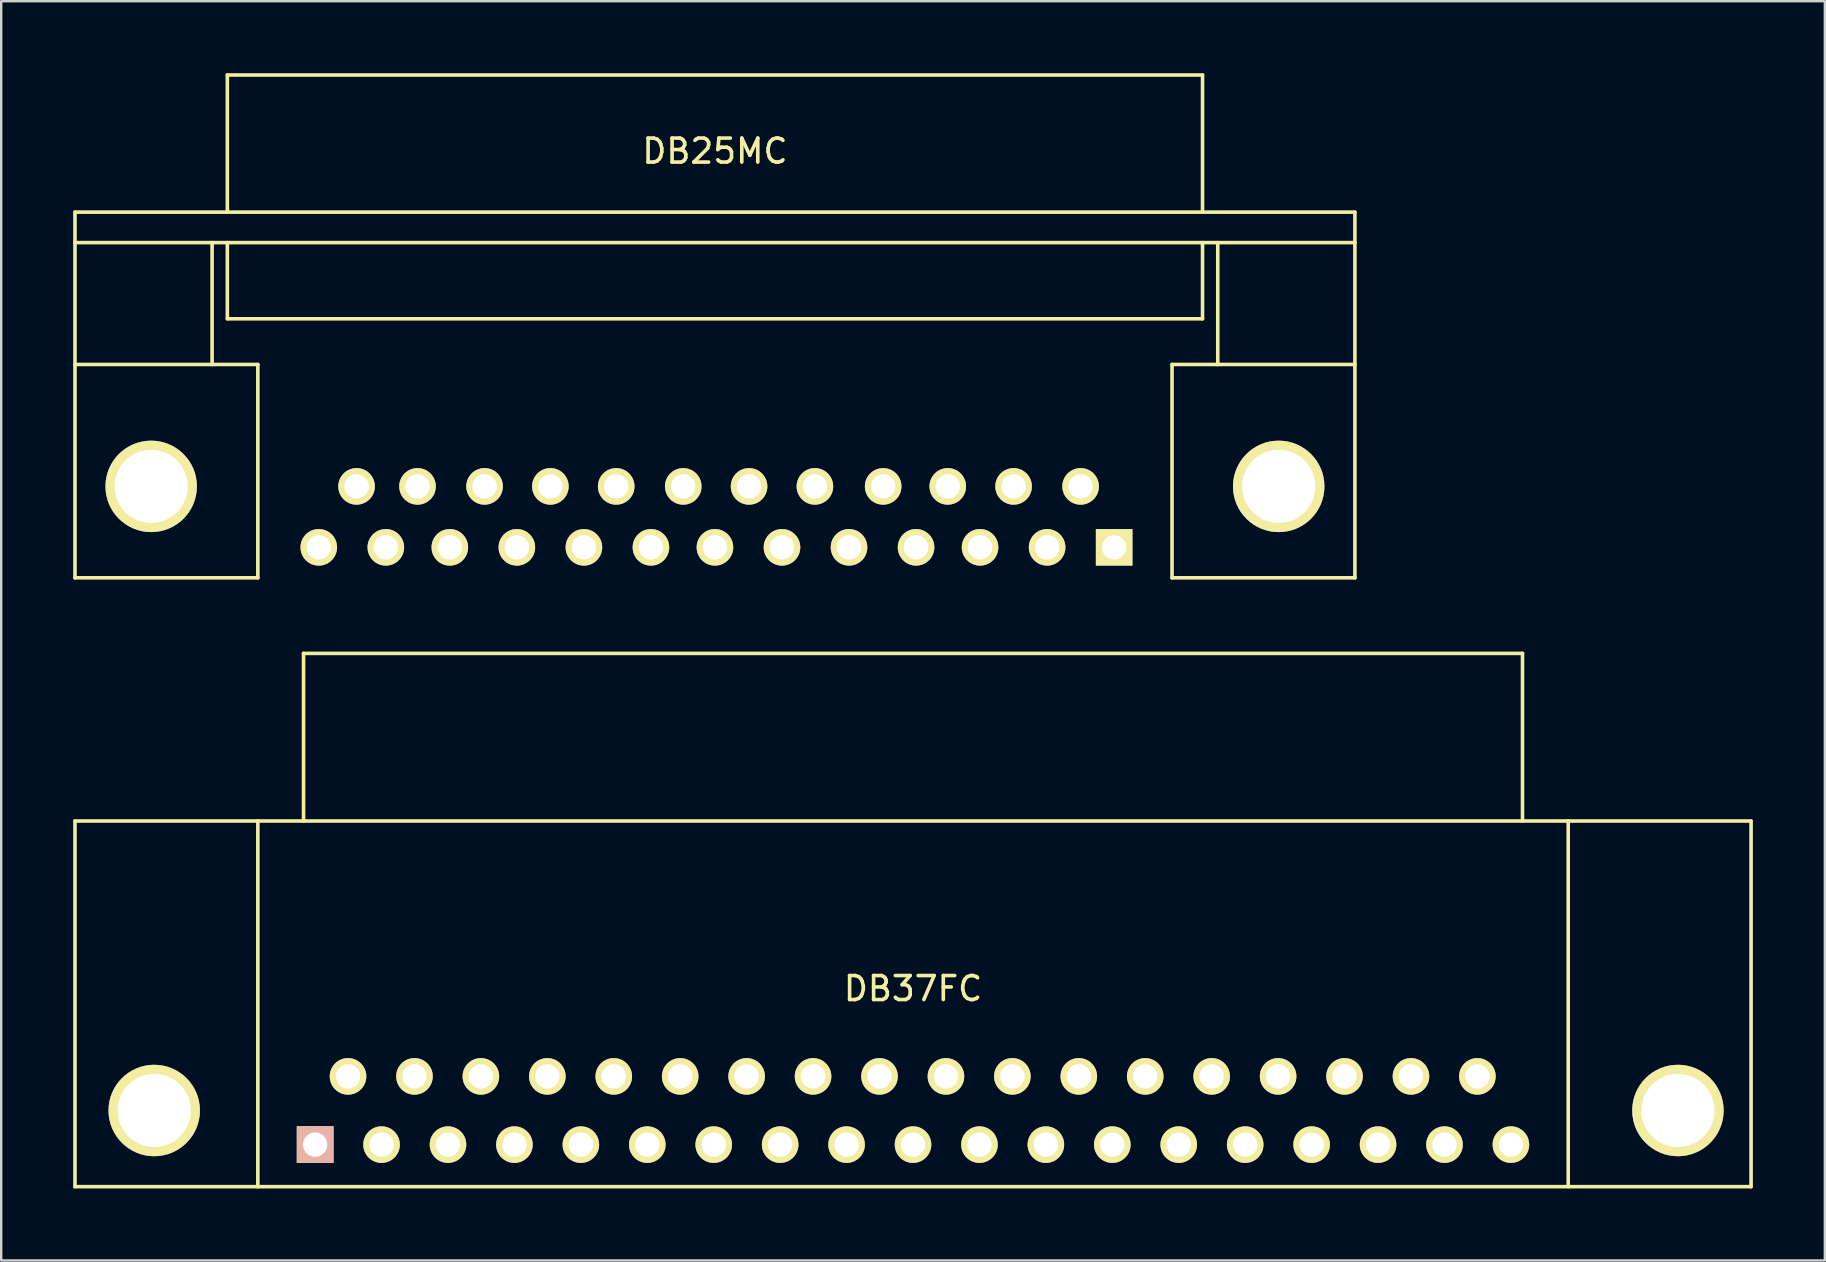
<source format=kicad_pcb>
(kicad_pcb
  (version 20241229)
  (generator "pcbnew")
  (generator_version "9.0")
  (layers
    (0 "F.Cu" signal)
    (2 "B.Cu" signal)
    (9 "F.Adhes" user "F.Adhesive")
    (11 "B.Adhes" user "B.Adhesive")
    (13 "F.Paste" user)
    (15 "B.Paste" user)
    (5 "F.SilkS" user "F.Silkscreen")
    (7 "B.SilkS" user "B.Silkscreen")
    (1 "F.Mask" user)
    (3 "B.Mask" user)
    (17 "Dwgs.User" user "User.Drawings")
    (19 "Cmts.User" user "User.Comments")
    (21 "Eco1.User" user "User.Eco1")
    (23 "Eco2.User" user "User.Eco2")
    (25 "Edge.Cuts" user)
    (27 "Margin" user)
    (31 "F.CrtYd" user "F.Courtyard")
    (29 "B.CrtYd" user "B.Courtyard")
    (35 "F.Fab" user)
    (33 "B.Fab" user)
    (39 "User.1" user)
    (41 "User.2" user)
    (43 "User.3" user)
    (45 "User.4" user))
  (footprint "DB25MC"
    (layer "F.Cu")
    (at 26.745 18.49)
    (property "Reference" "DB25MC" (at 0 -15.24 0) (layer "F.SilkS") (effects (font (size 1 1) (thickness 0.15))))
    (attr through_hole)
    (fp_line (start -26.67 -12.7) (end -26.67 -11.43) (stroke (width 0.15) (type solid)) (layer "F.SilkS"))
    (fp_line (start -26.67 -11.43) (end 26.67 -11.43) (stroke (width 0.15) (type solid)) (layer "F.SilkS"))
    (fp_line (start -26.67 -6.35) (end -19.05 -6.35) (stroke (width 0.15) (type solid)) (layer "F.SilkS"))
    (fp_line (start -26.67 2.54) (end -26.67 -11.43) (stroke (width 0.15) (type solid)) (layer "F.SilkS"))
    (fp_line (start -26.67 2.54) (end -19.05 2.54) (stroke (width 0.15) (type solid)) (layer "F.SilkS"))
    (fp_line (start -20.955 -11.43) (end -20.955 -6.35) (stroke (width 0.15) (type solid)) (layer "F.SilkS"))
    (fp_line (start -20.32 -18.415) (end -20.32 -12.7) (stroke (width 0.15) (type solid)) (layer "F.SilkS"))
    (fp_line (start -20.32 -18.415) (end 20.32 -18.415) (stroke (width 0.15) (type solid)) (layer "F.SilkS"))
    (fp_line (start -20.32 -8.255) (end -20.32 -11.43) (stroke (width 0.15) (type solid)) (layer "F.SilkS"))
    (fp_line (start -20.32 -8.255) (end 20.32 -8.255) (stroke (width 0.15) (type solid)) (layer "F.SilkS"))
    (fp_line (start -19.05 -6.35) (end -19.05 2.54) (stroke (width 0.15) (type solid)) (layer "F.SilkS"))
    (fp_line (start 19.05 -6.35) (end 19.05 2.54) (stroke (width 0.15) (type solid)) (layer "F.SilkS"))
    (fp_line (start 19.05 2.54) (end 26.67 2.54) (stroke (width 0.15) (type solid)) (layer "F.SilkS"))
    (fp_line (start 20.32 -18.415) (end 20.32 -12.7) (stroke (width 0.15) (type solid)) (layer "F.SilkS"))
    (fp_line (start 20.32 -8.255) (end 20.32 -11.43) (stroke (width 0.15) (type solid)) (layer "F.SilkS"))
    (fp_line (start 20.955 -11.43) (end 20.955 -6.35) (stroke (width 0.15) (type solid)) (layer "F.SilkS"))
    (fp_line (start 26.67 -12.7) (end -26.67 -12.7) (stroke (width 0.15) (type solid)) (layer "F.SilkS"))
    (fp_line (start 26.67 -11.43) (end 26.67 -12.7) (stroke (width 0.15) (type solid)) (layer "F.SilkS"))
    (fp_line (start 26.67 -11.43) (end 26.67 2.54) (stroke (width 0.15) (type solid)) (layer "F.SilkS"))
    (fp_line (start 26.67 -6.35) (end 19.05 -6.35) (stroke (width 0.15) (type solid)) (layer "F.SilkS"))
    (pad "" thru_hole circle (at -23.495 -1.27) (size 3.81 3.81) (drill 3.048) (layers "*.Cu" "*.Mask" "F.SilkS"))
    (pad "" thru_hole circle (at 23.495 -1.27) (size 3.81 3.81) (drill 3.048) (layers "*.Cu" "*.Mask" "F.SilkS"))
    (pad "1" thru_hole rect (at 16.637 1.27) (size 1.524 1.524) (drill 1.016) (layers "*.Cu" "*.Mask" "F.SilkS"))
    (pad "2" thru_hole circle (at 13.843 1.27) (size 1.524 1.524) (drill 1.016) (layers "*.Cu" "*.Mask" "F.SilkS"))
    (pad "3" thru_hole circle (at 11.049 1.27) (size 1.524 1.524) (drill 1.016) (layers "*.Cu" "*.Mask" "F.SilkS"))
    (pad "4" thru_hole circle (at 8.382 1.27) (size 1.524 1.524) (drill 1.016) (layers "*.Cu" "*.Mask" "F.SilkS"))
    (pad "5" thru_hole circle (at 5.588 1.27) (size 1.524 1.524) (drill 1.016) (layers "*.Cu" "*.Mask" "F.SilkS"))
    (pad "6" thru_hole circle (at 2.794 1.27) (size 1.524 1.524) (drill 1.016) (layers "*.Cu" "*.Mask" "F.SilkS"))
    (pad "7" thru_hole circle (at 0 1.27) (size 1.524 1.524) (drill 1.016) (layers "*.Cu" "*.Mask" "F.SilkS"))
    (pad "8" thru_hole circle (at -2.667 1.27) (size 1.524 1.524) (drill 1.016) (layers "*.Cu" "*.Mask" "F.SilkS"))
    (pad "9" thru_hole circle (at -5.461 1.27) (size 1.524 1.524) (drill 1.016) (layers "*.Cu" "*.Mask" "F.SilkS"))
    (pad "10" thru_hole circle (at -8.255 1.27) (size 1.524 1.524) (drill 1.016) (layers "*.Cu" "*.Mask" "F.SilkS"))
    (pad "11" thru_hole circle (at -11.049 1.27) (size 1.524 1.524) (drill 1.016) (layers "*.Cu" "*.Mask" "F.SilkS"))
    (pad "12" thru_hole circle (at -13.716 1.27) (size 1.524 1.524) (drill 1.016) (layers "*.Cu" "*.Mask" "F.SilkS"))
    (pad "13" thru_hole circle (at -16.51 1.27) (size 1.524 1.524) (drill 1.016) (layers "*.Cu" "*.Mask" "F.SilkS"))
    (pad "14" thru_hole circle (at 15.24 -1.27) (size 1.524 1.524) (drill 1.016) (layers "*.Cu" "*.Mask" "F.SilkS"))
    (pad "15" thru_hole circle (at 12.446 -1.27) (size 1.524 1.524) (drill 1.016) (layers "*.Cu" "*.Mask" "F.SilkS"))
    (pad "16" thru_hole circle (at 9.703 -1.27) (size 1.524 1.524) (drill 1.016) (layers "*.Cu" "*.Mask" "F.SilkS"))
    (pad "17" thru_hole circle (at 7.01 -1.27) (size 1.524 1.524) (drill 1.016) (layers "*.Cu" "*.Mask" "F.SilkS"))
    (pad "18" thru_hole circle (at 4.166 -1.27) (size 1.524 1.524) (drill 1.016) (layers "*.Cu" "*.Mask" "F.SilkS"))
    (pad "19" thru_hole circle (at 1.422 -1.27) (size 1.524 1.524) (drill 1.016) (layers "*.Cu" "*.Mask" "F.SilkS"))
    (pad "20" thru_hole circle (at -1.321 -1.27) (size 1.524 1.524) (drill 1.016) (layers "*.Cu" "*.Mask" "F.SilkS"))
    (pad "21" thru_hole circle (at -4.115 -1.27) (size 1.524 1.524) (drill 1.016) (layers "*.Cu" "*.Mask" "F.SilkS"))
    (pad "22" thru_hole circle (at -6.858 -1.27) (size 1.524 1.524) (drill 1.016) (layers "*.Cu" "*.Mask" "F.SilkS"))
    (pad "23" thru_hole circle (at -9.601 -1.27) (size 1.524 1.524) (drill 1.016) (layers "*.Cu" "*.Mask" "F.SilkS"))
    (pad "24" thru_hole circle (at -12.395 -1.27) (size 1.524 1.524) (drill 1.016) (layers "*.Cu" "*.Mask" "F.SilkS"))
    (pad "25" thru_hole circle (at -14.935 -1.27) (size 1.524 1.524) (drill 1.016) (layers "*.Cu" "*.Mask" "F.SilkS")))
  (footprint "DB37FC"
    (layer "F.Cu")
    (at 35 43.23)
    (property "Reference" "DB37FC" (at 0 -5.08 180) (layer "F.SilkS") (effects (font (size 1 1) (thickness 0.15))))
    (attr through_hole)
    (fp_line (start -34.925 -12.065) (end 34.925 -12.065) (stroke (width 0.15) (type solid)) (layer "F.SilkS"))
    (fp_line (start -34.925 3.175) (end -34.925 -12.065) (stroke (width 0.15) (type solid)) (layer "F.SilkS"))
    (fp_line (start -27.305 -12.065) (end -27.305 3.175) (stroke (width 0.15) (type solid)) (layer "F.SilkS"))
    (fp_line (start -25.4 -19.05) (end -25.4 -12.065) (stroke (width 0.15) (type solid)) (layer "F.SilkS"))
    (fp_line (start 25.4 -19.05) (end -25.4 -19.05) (stroke (width 0.15) (type solid)) (layer "F.SilkS"))
    (fp_line (start 25.4 -12.065) (end 25.4 -19.05) (stroke (width 0.15) (type solid)) (layer "F.SilkS"))
    (fp_line (start 27.305 -12.065) (end 27.305 3.175) (stroke (width 0.15) (type solid)) (layer "F.SilkS"))
    (fp_line (start 34.925 -12.065) (end 34.925 3.175) (stroke (width 0.15) (type solid)) (layer "F.SilkS"))
    (fp_line (start 34.925 3.175) (end -34.925 3.175) (stroke (width 0.15) (type solid)) (layer "F.SilkS"))
    (pad "1" thru_hole rect (at -24.917 1.422 180) (size 1.524 1.524) (drill 1.016) (layers "*.Cu" "*.SilkS" "*.Mask"))
    (pad "2" thru_hole circle (at -22.149 1.422 180) (size 1.524 1.524) (drill 1.016) (layers "*.Cu" "*.Mask" "F.SilkS"))
    (pad "3" thru_hole circle (at -19.38 1.422 180) (size 1.524 1.524) (drill 1.016) (layers "*.Cu" "*.Mask" "F.SilkS"))
    (pad "4" thru_hole circle (at -16.612 1.422 180) (size 1.524 1.524) (drill 1.016) (layers "*.Cu" "*.Mask" "F.SilkS"))
    (pad "5" thru_hole circle (at -13.843 1.422 180) (size 1.524 1.524) (drill 1.016) (layers "*.Cu" "*.Mask" "F.SilkS"))
    (pad "6" thru_hole circle (at -11.074 1.422 180) (size 1.524 1.524) (drill 1.016) (layers "*.Cu" "*.Mask" "F.SilkS"))
    (pad "7" thru_hole circle (at -8.306 1.422 180) (size 1.524 1.524) (drill 1.016) (layers "*.Cu" "*.Mask" "F.SilkS"))
    (pad "8" thru_hole circle (at -5.537 1.422 180) (size 1.524 1.524) (drill 1.016) (layers "*.Cu" "*.Mask" "F.SilkS"))
    (pad "9" thru_hole circle (at -2.769 1.422 180) (size 1.524 1.524) (drill 1.016) (layers "*.Cu" "*.Mask" "F.SilkS"))
    (pad "10" thru_hole circle (at 0 1.422 180) (size 1.524 1.524) (drill 1.016) (layers "*.Cu" "*.Mask" "F.SilkS"))
    (pad "11" thru_hole circle (at 2.769 1.422 180) (size 1.524 1.524) (drill 1.016) (layers "*.Cu" "*.Mask" "F.SilkS"))
    (pad "12" thru_hole circle (at 5.537 1.422 180) (size 1.524 1.524) (drill 1.016) (layers "*.Cu" "*.Mask" "F.SilkS"))
    (pad "13" thru_hole circle (at 8.306 1.422 180) (size 1.524 1.524) (drill 1.016) (layers "*.Cu" "*.Mask" "F.SilkS"))
    (pad "14" thru_hole circle (at 11.074 1.422 180) (size 1.524 1.524) (drill 1.016) (layers "*.Cu" "*.Mask" "F.SilkS"))
    (pad "15" thru_hole circle (at 13.843 1.422 180) (size 1.524 1.524) (drill 1.016) (layers "*.Cu" "*.Mask" "F.SilkS"))
    (pad "16" thru_hole circle (at 16.612 1.422 180) (size 1.524 1.524) (drill 1.016) (layers "*.Cu" "*.Mask" "F.SilkS"))
    (pad "17" thru_hole circle (at 19.38 1.422 180) (size 1.524 1.524) (drill 1.016) (layers "*.Cu" "*.Mask" "F.SilkS"))
    (pad "18" thru_hole circle (at 22.149 1.422 180) (size 1.524 1.524) (drill 1.016) (layers "*.Cu" "*.Mask" "F.SilkS"))
    (pad "19" thru_hole circle (at 24.917 1.422 180) (size 1.524 1.524) (drill 1.016) (layers "*.Cu" "*.Mask" "F.SilkS"))
    (pad "20" thru_hole circle (at -23.546 -1.422 180) (size 1.524 1.524) (drill 1.016) (layers "*.Cu" "*.Mask" "F.SilkS"))
    (pad "21" thru_hole circle (at -20.777 -1.422 180) (size 1.524 1.524) (drill 1.016) (layers "*.Cu" "*.Mask" "F.SilkS"))
    (pad "22" thru_hole circle (at -18.009 -1.422 180) (size 1.524 1.524) (drill 1.016) (layers "*.Cu" "*.Mask" "F.SilkS"))
    (pad "23" thru_hole circle (at -15.24 -1.422 180) (size 1.524 1.524) (drill 1.016) (layers "*.Cu" "*.Mask" "F.SilkS"))
    (pad "24" thru_hole circle (at -12.471 -1.422 180) (size 1.524 1.524) (drill 1.016) (layers "*.Cu" "*.Mask" "F.SilkS"))
    (pad "25" thru_hole circle (at -9.703 -1.422 180) (size 1.524 1.524) (drill 1.016) (layers "*.Cu" "*.Mask" "F.SilkS"))
    (pad "26" thru_hole circle (at -6.934 -1.422 180) (size 1.524 1.524) (drill 1.016) (layers "*.Cu" "*.Mask" "F.SilkS"))
    (pad "27" thru_hole circle (at -4.166 -1.422 180) (size 1.524 1.524) (drill 1.016) (layers "*.Cu" "*.Mask" "F.SilkS"))
    (pad "28" thru_hole circle (at -1.397 -1.422 180) (size 1.524 1.524) (drill 1.016) (layers "*.Cu" "*.Mask" "F.SilkS"))
    (pad "29" thru_hole circle (at 1.372 -1.422 180) (size 1.524 1.524) (drill 1.016) (layers "*.Cu" "*.Mask" "F.SilkS"))
    (pad "30" thru_hole circle (at 4.14 -1.422 180) (size 1.524 1.524) (drill 1.016) (layers "*.Cu" "*.Mask" "F.SilkS"))
    (pad "31" thru_hole circle (at 6.909 -1.422 180) (size 1.524 1.524) (drill 1.016) (layers "*.Cu" "*.Mask" "F.SilkS"))
    (pad "32" thru_hole circle (at 9.677 -1.422 180) (size 1.524 1.524) (drill 1.016) (layers "*.Cu" "*.Mask" "F.SilkS"))
    (pad "33" thru_hole circle (at 12.446 -1.422 180) (size 1.524 1.524) (drill 1.016) (layers "*.Cu" "*.Mask" "F.SilkS"))
    (pad "34" thru_hole circle (at 15.215 -1.422 180) (size 1.524 1.524) (drill 1.016) (layers "*.Cu" "*.Mask" "F.SilkS"))
    (pad "35" thru_hole circle (at 17.983 -1.422 180) (size 1.524 1.524) (drill 1.016) (layers "*.Cu" "*.Mask" "F.SilkS"))
    (pad "36" thru_hole circle (at 20.752 -1.422 180) (size 1.524 1.524) (drill 1.016) (layers "*.Cu" "*.Mask" "F.SilkS"))
    (pad "37" thru_hole circle (at 23.52 -1.422 180) (size 1.524 1.524) (drill 1.016) (layers "*.Cu" "*.Mask" "F.SilkS"))
    (pad "?" thru_hole circle (at -31.623 0 180) (size 3.81 3.81) (drill 3.048) (layers "*.Cu" "*.Mask" "F.SilkS"))
    (pad "?" thru_hole circle (at 31.877 0 180) (size 3.81 3.81) (drill 3.048) (layers "*.Cu" "*.Mask" "F.SilkS")))
  (gr_rect
    (start -3 -3)
    (end 73 49.48)
    (stroke (width 0.1) (type default))
    (fill no)
    (layer "Edge.Cuts")))
</source>
